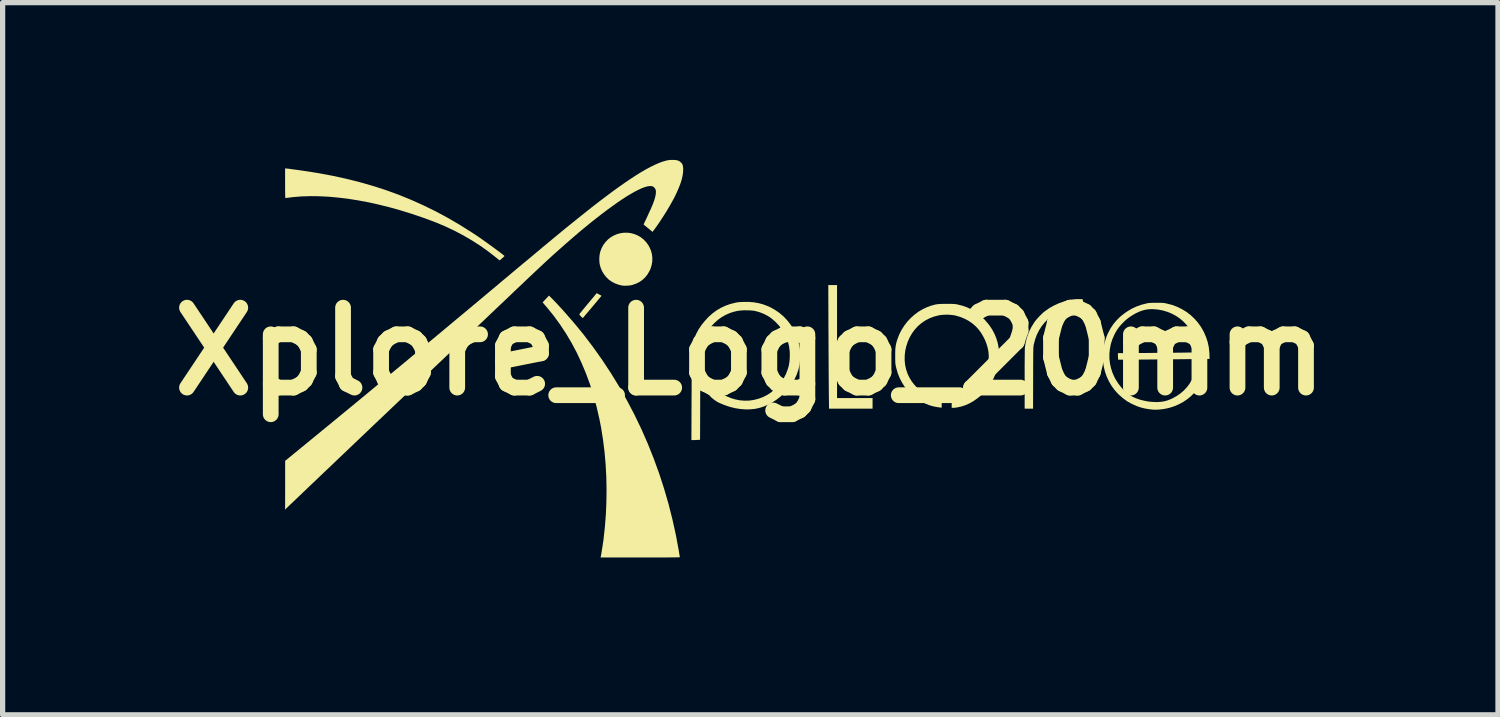
<source format=kicad_pcb>
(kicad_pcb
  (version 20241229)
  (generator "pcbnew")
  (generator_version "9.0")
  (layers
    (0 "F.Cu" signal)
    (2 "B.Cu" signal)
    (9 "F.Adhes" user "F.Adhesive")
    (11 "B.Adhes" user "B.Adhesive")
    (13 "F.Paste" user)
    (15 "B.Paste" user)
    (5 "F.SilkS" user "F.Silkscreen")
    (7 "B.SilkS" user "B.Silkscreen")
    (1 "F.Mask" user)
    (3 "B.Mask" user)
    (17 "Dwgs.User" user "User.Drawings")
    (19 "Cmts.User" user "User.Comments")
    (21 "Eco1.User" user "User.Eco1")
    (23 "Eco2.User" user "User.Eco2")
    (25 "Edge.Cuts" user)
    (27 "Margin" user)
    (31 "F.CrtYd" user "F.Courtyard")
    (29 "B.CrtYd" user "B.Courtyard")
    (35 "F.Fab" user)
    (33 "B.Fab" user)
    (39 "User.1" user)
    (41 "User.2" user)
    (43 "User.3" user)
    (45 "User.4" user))
  (footprint "Xplore_Logo_20mm"
    (layer "F.Cu")
    (at 11.256 3.651)
    (property "Reference" "Xplore_Logo_20mm" (at 0 0 0) (layer "F.SilkS") (effects (font (size 1.524 1.524) (thickness 0.3))))
    (attr board_only exclude_from_pos_files exclude_from_bom)
    (fp_poly (pts (xy 1.654 0.889) (xy 2.331 0.889) (xy 2.331 1.091) (xy 1.501 1.091) (xy 1.497 0.769) (xy 1.497 0.727) (xy 1.496 0.675) (xy 1.496 0.615) (xy 1.495 0.547) (xy 1.495 0.472) (xy 1.494 0.391) (xy 1.494 0.304) (xy 1.493 0.213) (xy 1.493 0.119) (xy 1.492 0.022) (xy 1.492 -0.077) (xy 1.491 -0.178) (xy 1.491 -0.278) (xy 1.491 -0.378) (xy 1.49 -0.41) (xy 1.487 -1.266) (xy 1.654 -1.266)) (stroke (width 0) (type solid)) (fill yes) (layer "F.SilkS"))
    (fp_poly (pts (xy -2.899 -1.095) (xy -2.88 -1.086) (xy -2.863 -1.076) (xy -2.853 -1.071) (xy -2.837 -1.061) (xy -3.013 -0.85) (xy -3.047 -0.809) (xy -3.079 -0.772) (xy -3.108 -0.737) (xy -3.134 -0.707) (xy -3.156 -0.681) (xy -3.173 -0.66) (xy -3.186 -0.645) (xy -3.193 -0.638) (xy -3.194 -0.637) (xy -3.199 -0.64) (xy -3.209 -0.649) (xy -3.223 -0.662) (xy -3.23 -0.669) (xy -3.246 -0.687) (xy -3.256 -0.701) (xy -3.26 -0.709) (xy -3.26 -0.711) (xy -3.256 -0.716) (xy -3.246 -0.728) (xy -3.231 -0.747) (xy -3.211 -0.771) (xy -3.187 -0.801) (xy -3.16 -0.834) (xy -3.13 -0.87) (xy -3.098 -0.909) (xy -3.093 -0.914) (xy -2.929 -1.111)) (stroke (width 0) (type solid)) (fill yes) (layer "F.SilkS"))
    (fp_poly (pts (xy -2.339 -2.264) (xy -2.272 -2.255) (xy -2.208 -2.237) (xy -2.146 -2.211) (xy -2.088 -2.177) (xy -2.035 -2.135) (xy -1.987 -2.085) (xy -1.945 -2.028) (xy -1.926 -1.994) (xy -1.896 -1.928) (xy -1.877 -1.86) (xy -1.868 -1.791) (xy -1.869 -1.721) (xy -1.88 -1.651) (xy -1.9 -1.583) (xy -1.92 -1.538) (xy -1.957 -1.474) (xy -2.001 -1.417) (xy -2.051 -1.369) (xy -2.108 -1.328) (xy -2.172 -1.295) (xy -2.243 -1.27) (xy -2.258 -1.266) (xy -2.287 -1.26) (xy -2.323 -1.256) (xy -2.361 -1.254) (xy -2.397 -1.253) (xy -2.43 -1.255) (xy -2.442 -1.256) (xy -2.514 -1.273) (xy -2.582 -1.298) (xy -2.644 -1.331) (xy -2.701 -1.372) (xy -2.751 -1.421) (xy -2.793 -1.476) (xy -2.829 -1.537) (xy -2.856 -1.603) (xy -2.872 -1.665) (xy -2.877 -1.704) (xy -2.879 -1.75) (xy -2.878 -1.798) (xy -2.873 -1.844) (xy -2.865 -1.885) (xy -2.862 -1.898) (xy -2.836 -1.968) (xy -2.802 -2.031) (xy -2.759 -2.088) (xy -2.71 -2.139) (xy -2.653 -2.182) (xy -2.607 -2.208) (xy -2.541 -2.237) (xy -2.474 -2.255) (xy -2.407 -2.264)) (stroke (width 0) (type solid)) (fill yes) (layer "F.SilkS"))
    (fp_poly (pts (xy 6.297 -0.997) (xy 6.318 -0.997) (xy 6.331 -0.995) (xy 6.334 -0.994) (xy 6.338 -0.992) (xy 6.34 -0.985) (xy 6.341 -0.974) (xy 6.342 -0.955) (xy 6.342 -0.928) (xy 6.342 -0.925) (xy 6.342 -0.858) (xy 6.284 -0.858) (xy 6.186 -0.853) (xy 6.093 -0.839) (xy 6.005 -0.816) (xy 5.92 -0.783) (xy 5.839 -0.741) (xy 5.761 -0.689) (xy 5.687 -0.627) (xy 5.677 -0.618) (xy 5.61 -0.549) (xy 5.552 -0.477) (xy 5.504 -0.4) (xy 5.463 -0.318) (xy 5.431 -0.231) (xy 5.406 -0.136) (xy 5.405 -0.135) (xy 5.404 -0.127) (xy 5.402 -0.119) (xy 5.401 -0.111) (xy 5.4 -0.101) (xy 5.399 -0.09) (xy 5.398 -0.076) (xy 5.397 -0.06) (xy 5.396 -0.039) (xy 5.396 -0.015) (xy 5.395 0.015) (xy 5.395 0.05) (xy 5.394 0.091) (xy 5.394 0.138) (xy 5.394 0.193) (xy 5.393 0.256) (xy 5.393 0.327) (xy 5.393 0.407) (xy 5.393 0.497) (xy 5.393 0.503) (xy 5.391 1.091) (xy 5.231 1.091) (xy 5.231 0.53) (xy 5.231 0.431) (xy 5.231 0.339) (xy 5.231 0.256) (xy 5.232 0.182) (xy 5.232 0.116) (xy 5.233 0.058) (xy 5.233 0.01) (xy 5.234 -0.028) (xy 5.235 -0.057) (xy 5.236 -0.076) (xy 5.236 -0.082) (xy 5.252 -0.18) (xy 5.278 -0.277) (xy 5.313 -0.372) (xy 5.358 -0.463) (xy 5.411 -0.549) (xy 5.432 -0.579) (xy 5.455 -0.607) (xy 5.483 -0.639) (xy 5.515 -0.673) (xy 5.548 -0.706) (xy 5.579 -0.736) (xy 5.608 -0.76) (xy 5.611 -0.762) (xy 5.696 -0.823) (xy 5.788 -0.875) (xy 5.884 -0.919) (xy 5.984 -0.954) (xy 6.087 -0.979) (xy 6.166 -0.992) (xy 6.189 -0.994) (xy 6.215 -0.996) (xy 6.243 -0.997) (xy 6.272 -0.998)) (stroke (width 0) (type solid)) (fill yes) (layer "F.SilkS"))
    (fp_poly (pts (xy -3.806 -1.033) (xy -3.76 -0.987) (xy -3.71 -0.935) (xy -3.655 -0.876) (xy -3.597 -0.813) (xy -3.537 -0.746) (xy -3.476 -0.676) (xy -3.415 -0.606) (xy -3.354 -0.535) (xy -3.296 -0.465) (xy -3.24 -0.397) (xy -3.188 -0.333) (xy -3.176 -0.318) (xy -2.993 -0.077) (xy -2.819 0.169) (xy -2.653 0.421) (xy -2.495 0.679) (xy -2.347 0.942) (xy -2.207 1.21) (xy -2.076 1.482) (xy -1.954 1.76) (xy -1.842 2.041) (xy -1.738 2.327) (xy -1.644 2.616) (xy -1.559 2.909) (xy -1.484 3.206) (xy -1.418 3.505) (xy -1.367 3.779) (xy -1.361 3.815) (xy -1.356 3.849) (xy -1.351 3.877) (xy -1.347 3.9) (xy -1.345 3.915) (xy -1.344 3.922) (xy -1.346 3.923) (xy -1.352 3.924) (xy -1.362 3.924) (xy -1.377 3.925) (xy -1.397 3.926) (xy -1.423 3.926) (xy -1.456 3.927) (xy -1.494 3.927) (xy -1.54 3.927) (xy -1.593 3.928) (xy -1.654 3.928) (xy -1.723 3.928) (xy -1.8 3.928) (xy -1.887 3.928) (xy -1.983 3.928) (xy -2.089 3.928) (xy -2.855 3.928) (xy -2.851 3.912) (xy -2.846 3.887) (xy -2.84 3.854) (xy -2.834 3.815) (xy -2.827 3.772) (xy -2.82 3.727) (xy -2.813 3.683) (xy -2.807 3.641) (xy -2.801 3.604) (xy -2.799 3.587) (xy -2.773 3.349) (xy -2.754 3.109) (xy -2.744 2.867) (xy -2.741 2.625) (xy -2.746 2.385) (xy -2.759 2.146) (xy -2.78 1.91) (xy -2.809 1.678) (xy -2.845 1.452) (xy -2.877 1.29) (xy -2.929 1.062) (xy -2.989 0.841) (xy -3.057 0.626) (xy -3.134 0.418) (xy -3.218 0.217) (xy -3.309 0.023) (xy -3.409 -0.165) (xy -3.517 -0.347) (xy -3.633 -0.522) (xy -3.756 -0.69) (xy -3.888 -0.852) (xy -3.899 -0.864) (xy -3.96 -0.936) (xy -3.899 -1) (xy -3.839 -1.065)) (stroke (width 0) (type solid)) (fill yes) (layer "F.SilkS"))
    (fp_poly (pts (xy -8.846 -3.488) (xy -8.825 -3.486) (xy -8.796 -3.483) (xy -8.76 -3.478) (xy -8.719 -3.472) (xy -8.673 -3.466) (xy -8.623 -3.459) (xy -8.571 -3.452) (xy -8.517 -3.444) (xy -8.464 -3.436) (xy -8.411 -3.428) (xy -8.36 -3.42) (xy -8.313 -3.412) (xy -8.269 -3.405) (xy -8.257 -3.403) (xy -7.983 -3.353) (xy -7.716 -3.295) (xy -7.455 -3.23) (xy -7.2 -3.157) (xy -6.95 -3.077) (xy -6.705 -2.988) (xy -6.465 -2.89) (xy -6.229 -2.784) (xy -5.996 -2.67) (xy -5.766 -2.546) (xy -5.538 -2.413) (xy -5.313 -2.271) (xy -5.236 -2.221) (xy -5.197 -2.195) (xy -5.154 -2.165) (xy -5.108 -2.133) (xy -5.059 -2.098) (xy -5.01 -2.063) (xy -4.96 -2.027) (xy -4.911 -1.991) (xy -4.864 -1.957) (xy -4.821 -1.925) (xy -4.781 -1.895) (xy -4.747 -1.869) (xy -4.72 -1.848) (xy -4.701 -1.833) (xy -4.686 -1.819) (xy -4.73 -1.778) (xy -4.747 -1.762) (xy -4.763 -1.749) (xy -4.774 -1.74) (xy -4.779 -1.737) (xy -4.784 -1.74) (xy -4.796 -1.749) (xy -4.813 -1.762) (xy -4.833 -1.778) (xy -4.843 -1.787) (xy -4.99 -1.902) (xy -5.144 -2.012) (xy -5.306 -2.116) (xy -5.474 -2.214) (xy -5.647 -2.305) (xy -5.824 -2.388) (xy -6.003 -2.463) (xy -6.032 -2.474) (xy -6.243 -2.552) (xy -6.453 -2.623) (xy -6.662 -2.688) (xy -6.868 -2.746) (xy -7.072 -2.797) (xy -7.272 -2.842) (xy -7.469 -2.879) (xy -7.663 -2.91) (xy -7.852 -2.933) (xy -8.036 -2.95) (xy -8.215 -2.959) (xy -8.389 -2.961) (xy -8.556 -2.956) (xy -8.717 -2.943) (xy -8.798 -2.933) (xy -8.822 -2.93) (xy -8.842 -2.928) (xy -8.857 -2.926) (xy -8.863 -2.926) (xy -8.865 -2.927) (xy -8.866 -2.933) (xy -8.867 -2.943) (xy -8.868 -2.958) (xy -8.868 -2.979) (xy -8.869 -3.007) (xy -8.869 -3.042) (xy -8.87 -3.085) (xy -8.87 -3.137) (xy -8.87 -3.199) (xy -8.87 -3.489) (xy -8.857 -3.489)) (stroke (width 0) (type solid)) (fill yes) (layer "F.SilkS"))
    (fp_poly (pts (xy 3.787 -0.907) (xy 3.824 -0.907) (xy 3.853 -0.906) (xy 3.876 -0.905) (xy 3.896 -0.904) (xy 3.913 -0.902) (xy 3.93 -0.9) (xy 3.947 -0.897) (xy 3.953 -0.895) (xy 4.048 -0.871) (xy 4.137 -0.839) (xy 4.223 -0.797) (xy 4.305 -0.746) (xy 4.383 -0.685) (xy 4.459 -0.615) (xy 4.483 -0.589) (xy 4.549 -0.511) (xy 4.605 -0.43) (xy 4.652 -0.344) (xy 4.689 -0.256) (xy 4.717 -0.165) (xy 4.735 -0.071) (xy 4.743 0.024) (xy 4.742 0.12) (xy 4.731 0.218) (xy 4.71 0.316) (xy 4.68 0.414) (xy 4.639 0.511) (xy 4.626 0.539) (xy 4.584 0.615) (xy 4.537 0.686) (xy 4.485 0.751) (xy 4.431 0.809) (xy 4.415 0.824) (xy 4.337 0.889) (xy 4.258 0.945) (xy 4.179 0.99) (xy 4.098 1.026) (xy 4.016 1.052) (xy 3.955 1.065) (xy 3.928 1.069) (xy 3.902 1.073) (xy 3.88 1.075) (xy 3.868 1.075) (xy 3.84 1.075) (xy 3.84 0.928) (xy 3.897 0.916) (xy 3.957 0.902) (xy 4.01 0.887) (xy 4.059 0.868) (xy 4.105 0.844) (xy 4.151 0.816) (xy 4.199 0.781) (xy 4.246 0.743) (xy 4.287 0.707) (xy 4.322 0.673) (xy 4.351 0.639) (xy 4.378 0.603) (xy 4.388 0.588) (xy 4.432 0.514) (xy 4.47 0.433) (xy 4.501 0.348) (xy 4.526 0.261) (xy 4.541 0.175) (xy 4.543 0.158) (xy 4.547 0.086) (xy 4.541 0.011) (xy 4.527 -0.066) (xy 4.504 -0.144) (xy 4.474 -0.22) (xy 4.436 -0.295) (xy 4.392 -0.367) (xy 4.348 -0.425) (xy 4.295 -0.482) (xy 4.235 -0.534) (xy 4.167 -0.581) (xy 4.093 -0.621) (xy 4.014 -0.654) (xy 3.932 -0.679) (xy 3.891 -0.689) (xy 3.845 -0.695) (xy 3.793 -0.7) (xy 3.739 -0.701) (xy 3.685 -0.699) (xy 3.634 -0.695) (xy 3.592 -0.688) (xy 3.501 -0.664) (xy 3.415 -0.631) (xy 3.336 -0.59) (xy 3.263 -0.54) (xy 3.196 -0.483) (xy 3.137 -0.418) (xy 3.084 -0.346) (xy 3.038 -0.266) (xy 3.003 -0.188) (xy 2.974 -0.1) (xy 2.954 -0.011) (xy 2.944 0.077) (xy 2.943 0.165) (xy 2.951 0.252) (xy 2.969 0.336) (xy 2.996 0.418) (xy 3.032 0.496) (xy 3.077 0.57) (xy 3.131 0.639) (xy 3.155 0.665) (xy 3.212 0.72) (xy 3.271 0.767) (xy 3.335 0.808) (xy 3.404 0.844) (xy 3.479 0.874) (xy 3.562 0.9) (xy 3.601 0.91) (xy 3.649 0.921) (xy 3.649 1.071) (xy 3.609 1.068) (xy 3.575 1.063) (xy 3.534 1.056) (xy 3.491 1.047) (xy 3.449 1.036) (xy 3.412 1.024) (xy 3.407 1.023) (xy 3.316 0.985) (xy 3.23 0.94) (xy 3.15 0.886) (xy 3.076 0.824) (xy 3.009 0.755) (xy 2.948 0.68) (xy 2.895 0.598) (xy 2.85 0.511) (xy 2.812 0.418) (xy 2.784 0.321) (xy 2.777 0.292) (xy 2.773 0.271) (xy 2.77 0.254) (xy 2.767 0.237) (xy 2.766 0.219) (xy 2.764 0.199) (xy 2.764 0.175) (xy 2.763 0.144) (xy 2.763 0.106) (xy 2.763 0.083) (xy 2.763 0.029) (xy 2.764 -0.016) (xy 2.766 -0.055) (xy 2.77 -0.09) (xy 2.775 -0.123) (xy 2.782 -0.155) (xy 2.791 -0.189) (xy 2.803 -0.227) (xy 2.807 -0.24) (xy 2.841 -0.327) (xy 2.884 -0.411) (xy 2.935 -0.492) (xy 2.993 -0.567) (xy 3.059 -0.637) (xy 3.129 -0.7) (xy 3.205 -0.757) (xy 3.286 -0.805) (xy 3.369 -0.844) (xy 3.433 -0.868) (xy 3.467 -0.878) (xy 3.498 -0.887) (xy 3.526 -0.894) (xy 3.553 -0.899) (xy 3.582 -0.902) (xy 3.613 -0.905) (xy 3.65 -0.906) (xy 3.694 -0.907) (xy 3.742 -0.907)) (stroke (width 0) (type solid)) (fill yes) (layer "F.SilkS"))
    (fp_poly (pts (xy 7.746 -0.928) (xy 7.787 -0.928) (xy 7.819 -0.927) (xy 7.845 -0.927) (xy 7.866 -0.925) (xy 7.885 -0.924) (xy 7.902 -0.921) (xy 7.921 -0.918) (xy 7.941 -0.913) (xy 8.043 -0.887) (xy 8.139 -0.851) (xy 8.231 -0.806) (xy 8.316 -0.754) (xy 8.396 -0.693) (xy 8.469 -0.624) (xy 8.536 -0.548) (xy 8.595 -0.464) (xy 8.647 -0.373) (xy 8.653 -0.36) (xy 8.691 -0.271) (xy 8.721 -0.178) (xy 8.742 -0.08) (xy 8.753 0.021) (xy 8.756 0.099) (xy 8.756 0.143) (xy 8.31 0.147) (xy 8.229 0.148) (xy 8.14 0.149) (xy 8.046 0.149) (xy 7.949 0.15) (xy 7.85 0.151) (xy 7.753 0.152) (xy 7.658 0.153) (xy 7.568 0.154) (xy 7.485 0.154) (xy 7.441 0.155) (xy 7.375 0.155) (xy 7.313 0.156) (xy 7.255 0.156) (xy 7.201 0.157) (xy 7.152 0.157) (xy 7.11 0.157) (xy 7.074 0.157) (xy 7.046 0.157) (xy 7.026 0.157) (xy 7.016 0.157) (xy 7.014 0.157) (xy 7.013 0.151) (xy 7.012 0.137) (xy 7.011 0.117) (xy 7.01 0.094) (xy 7.008 0.033) (xy 7.498 0.029) (xy 7.576 0.029) (xy 7.657 0.028) (xy 7.739 0.027) (xy 7.82 0.027) (xy 7.9 0.026) (xy 7.977 0.025) (xy 8.051 0.025) (xy 8.118 0.024) (xy 8.179 0.023) (xy 8.231 0.023) (xy 8.259 0.022) (xy 8.529 0.019) (xy 8.529 -0.008) (xy 8.527 -0.034) (xy 8.523 -0.066) (xy 8.517 -0.102) (xy 8.509 -0.14) (xy 8.5 -0.175) (xy 8.493 -0.202) (xy 8.464 -0.274) (xy 8.427 -0.348) (xy 8.382 -0.421) (xy 8.331 -0.491) (xy 8.316 -0.509) (xy 8.256 -0.572) (xy 8.189 -0.629) (xy 8.115 -0.679) (xy 8.036 -0.721) (xy 7.953 -0.755) (xy 7.867 -0.781) (xy 7.778 -0.798) (xy 7.688 -0.806) (xy 7.66 -0.807) (xy 7.592 -0.804) (xy 7.528 -0.794) (xy 7.465 -0.777) (xy 7.402 -0.753) (xy 7.336 -0.72) (xy 7.32 -0.711) (xy 7.264 -0.677) (xy 7.214 -0.643) (xy 7.167 -0.606) (xy 7.124 -0.566) (xy 7.073 -0.514) (xy 7.029 -0.462) (xy 6.99 -0.407) (xy 6.955 -0.346) (xy 6.94 -0.317) (xy 6.902 -0.23) (xy 6.874 -0.141) (xy 6.856 -0.049) (xy 6.847 0.044) (xy 6.847 0.137) (xy 6.858 0.229) (xy 6.878 0.321) (xy 6.907 0.41) (xy 6.946 0.496) (xy 6.97 0.54) (xy 7.021 0.619) (xy 7.077 0.69) (xy 7.136 0.752) (xy 7.199 0.806) (xy 7.266 0.851) (xy 7.301 0.87) (xy 7.364 0.897) (xy 7.434 0.921) (xy 7.508 0.939) (xy 7.586 0.954) (xy 7.663 0.962) (xy 7.738 0.965) (xy 7.766 0.965) (xy 7.832 0.96) (xy 7.891 0.951) (xy 7.947 0.936) (xy 8.003 0.915) (xy 8.047 0.896) (xy 8.126 0.852) (xy 8.199 0.802) (xy 8.265 0.746) (xy 8.324 0.683) (xy 8.374 0.617) (xy 8.416 0.546) (xy 8.425 0.526) (xy 8.448 0.477) (xy 8.552 0.474) (xy 8.583 0.473) (xy 8.611 0.473) (xy 8.634 0.472) (xy 8.649 0.472) (xy 8.657 0.473) (xy 8.657 0.473) (xy 8.656 0.478) (xy 8.65 0.491) (xy 8.642 0.51) (xy 8.631 0.533) (xy 8.618 0.558) (xy 8.604 0.584) (xy 8.591 0.609) (xy 8.578 0.632) (xy 8.576 0.635) (xy 8.522 0.717) (xy 8.464 0.79) (xy 8.399 0.856) (xy 8.327 0.914) (xy 8.248 0.967) (xy 8.164 1.011) (xy 8.094 1.041) (xy 8.018 1.067) (xy 7.94 1.087) (xy 7.861 1.101) (xy 7.783 1.109) (xy 7.709 1.111) (xy 7.665 1.108) (xy 7.587 1.099) (xy 7.517 1.086) (xy 7.451 1.07) (xy 7.387 1.049) (xy 7.366 1.041) (xy 7.273 0.999) (xy 7.185 0.95) (xy 7.104 0.891) (xy 7.028 0.824) (xy 7.017 0.814) (xy 6.949 0.739) (xy 6.89 0.659) (xy 6.84 0.574) (xy 6.798 0.485) (xy 6.765 0.393) (xy 6.741 0.298) (xy 6.727 0.202) (xy 6.722 0.103) (xy 6.726 0.005) (xy 6.739 -0.094) (xy 6.762 -0.193) (xy 6.795 -0.29) (xy 6.822 -0.352) (xy 6.867 -0.438) (xy 6.922 -0.52) (xy 6.985 -0.595) (xy 7.057 -0.666) (xy 7.138 -0.73) (xy 7.174 -0.755) (xy 7.264 -0.81) (xy 7.358 -0.855) (xy 7.456 -0.89) (xy 7.557 -0.916) (xy 7.577 -0.92) (xy 7.595 -0.923) (xy 7.614 -0.925) (xy 7.634 -0.926) (xy 7.659 -0.927) (xy 7.689 -0.928) (xy 7.728 -0.928)) (stroke (width 0) (type solid)) (fill yes) (layer "F.SilkS"))
    (fp_poly (pts (xy -0.027 -0.944) (xy 0.065 -0.937) (xy 0.153 -0.922) (xy 0.237 -0.9) (xy 0.319 -0.87) (xy 0.38 -0.843) (xy 0.47 -0.793) (xy 0.553 -0.736) (xy 0.63 -0.671) (xy 0.699 -0.599) (xy 0.761 -0.522) (xy 0.815 -0.438) (xy 0.861 -0.349) (xy 0.897 -0.255) (xy 0.925 -0.157) (xy 0.944 -0.055) (xy 0.944 -0.055) (xy 0.947 -0.018) (xy 0.949 0.025) (xy 0.95 0.072) (xy 0.949 0.121) (xy 0.947 0.168) (xy 0.944 0.211) (xy 0.939 0.246) (xy 0.939 0.251) (xy 0.916 0.351) (xy 0.883 0.446) (xy 0.841 0.537) (xy 0.79 0.624) (xy 0.73 0.706) (xy 0.661 0.783) (xy 0.587 0.851) (xy 0.505 0.916) (xy 0.422 0.971) (xy 0.337 1.016) (xy 0.249 1.053) (xy 0.169 1.078) (xy 0.087 1.095) (xy -0.001 1.104) (xy -0.092 1.105) (xy -0.186 1.098) (xy -0.282 1.083) (xy -0.379 1.06) (xy -0.386 1.057) (xy -0.43 1.044) (xy -0.475 1.028) (xy -0.52 1.011) (xy -0.563 0.993) (xy -0.601 0.976) (xy -0.632 0.96) (xy -0.638 0.956) (xy -0.667 0.937) (xy -0.697 0.915) (xy -0.727 0.891) (xy -0.752 0.868) (xy -0.772 0.847) (xy -0.774 0.844) (xy -0.791 0.823) (xy -0.791 0.706) (xy -0.791 0.673) (xy -0.79 0.643) (xy -0.79 0.618) (xy -0.789 0.601) (xy -0.788 0.591) (xy -0.787 0.59) (xy -0.782 0.594) (xy -0.773 0.604) (xy -0.763 0.618) (xy -0.763 0.618) (xy -0.744 0.641) (xy -0.719 0.668) (xy -0.69 0.697) (xy -0.658 0.726) (xy -0.627 0.752) (xy -0.598 0.774) (xy -0.588 0.78) (xy -0.518 0.823) (xy -0.441 0.86) (xy -0.361 0.892) (xy -0.284 0.915) (xy -0.196 0.932) (xy -0.108 0.939) (xy -0.019 0.937) (xy 0.069 0.924) (xy 0.156 0.902) (xy 0.239 0.871) (xy 0.319 0.831) (xy 0.38 0.792) (xy 0.405 0.773) (xy 0.434 0.747) (xy 0.466 0.717) (xy 0.499 0.685) (xy 0.531 0.651) (xy 0.56 0.619) (xy 0.585 0.589) (xy 0.601 0.569) (xy 0.643 0.501) (xy 0.681 0.427) (xy 0.711 0.349) (xy 0.734 0.271) (xy 0.736 0.258) (xy 0.744 0.211) (xy 0.75 0.157) (xy 0.753 0.1) (xy 0.753 0.044) (xy 0.751 -0.006) (xy 0.739 -0.099) (xy 0.718 -0.185) (xy 0.69 -0.267) (xy 0.652 -0.345) (xy 0.606 -0.419) (xy 0.549 -0.49) (xy 0.483 -0.56) (xy 0.478 -0.565) (xy 0.438 -0.601) (xy 0.401 -0.632) (xy 0.364 -0.658) (xy 0.324 -0.682) (xy 0.281 -0.705) (xy 0.227 -0.729) (xy 0.173 -0.749) (xy 0.114 -0.766) (xy 0.103 -0.768) (xy 0.08 -0.774) (xy 0.058 -0.777) (xy 0.034 -0.78) (xy 0.006 -0.782) (xy -0.029 -0.784) (xy -0.049 -0.784) (xy -0.118 -0.785) (xy -0.18 -0.781) (xy -0.238 -0.774) (xy -0.294 -0.762) (xy -0.352 -0.745) (xy -0.388 -0.733) (xy -0.466 -0.699) (xy -0.541 -0.657) (xy -0.613 -0.606) (xy -0.679 -0.548) (xy -0.738 -0.485) (xy -0.79 -0.416) (xy -0.806 -0.391) (xy -0.853 -0.305) (xy -0.893 -0.215) (xy -0.924 -0.122) (xy -0.942 -0.052) (xy -0.943 -0.045) (xy -0.944 -0.038) (xy -0.945 -0.031) (xy -0.946 -0.022) (xy -0.947 -0.011) (xy -0.948 0.002) (xy -0.949 0.017) (xy -0.949 0.036) (xy -0.95 0.059) (xy -0.951 0.085) (xy -0.951 0.117) (xy -0.951 0.153) (xy -0.952 0.196) (xy -0.952 0.244) (xy -0.953 0.299) (xy -0.953 0.362) (xy -0.953 0.432) (xy -0.954 0.51) (xy -0.954 0.597) (xy -0.954 0.693) (xy -0.955 0.799) (xy -0.955 0.841) (xy -0.958 1.684) (xy -1.007 1.687) (xy -1.034 1.688) (xy -1.061 1.69) (xy -1.084 1.69) (xy -1.09 1.69) (xy -1.123 1.69) (xy -1.12 0.836) (xy -1.119 0.722) (xy -1.119 0.618) (xy -1.118 0.523) (xy -1.118 0.437) (xy -1.117 0.36) (xy -1.117 0.29) (xy -1.116 0.229) (xy -1.116 0.174) (xy -1.115 0.126) (xy -1.115 0.085) (xy -1.114 0.049) (xy -1.113 0.018) (xy -1.113 -0.007) (xy -1.112 -0.029) (xy -1.111 -0.046) (xy -1.11 -0.06) (xy -1.109 -0.07) (xy -1.109 -0.075) (xy -1.092 -0.166) (xy -1.065 -0.255) (xy -1.029 -0.341) (xy -0.983 -0.426) (xy -0.927 -0.508) (xy -0.872 -0.576) (xy -0.801 -0.654) (xy -0.726 -0.721) (xy -0.648 -0.78) (xy -0.566 -0.829) (xy -0.479 -0.87) (xy -0.387 -0.903) (xy -0.289 -0.928) (xy -0.288 -0.928) (xy -0.259 -0.934) (xy -0.231 -0.938) (xy -0.201 -0.941) (xy -0.165 -0.943) (xy -0.126 -0.944)) (stroke (width 0) (type solid)) (fill yes) (layer "F.SilkS"))
    (fp_poly (pts (xy -1.447 -3.651) (xy -1.414 -3.648) (xy -1.387 -3.642) (xy -1.363 -3.633) (xy -1.342 -3.62) (xy -1.338 -3.617) (xy -1.317 -3.598) (xy -1.301 -3.579) (xy -1.29 -3.556) (xy -1.284 -3.528) (xy -1.28 -3.493) (xy -1.28 -3.461) (xy -1.283 -3.404) (xy -1.293 -3.342) (xy -1.309 -3.275) (xy -1.332 -3.202) (xy -1.362 -3.123) (xy -1.399 -3.038) (xy -1.419 -2.995) (xy -1.45 -2.932) (xy -1.488 -2.862) (xy -1.53 -2.787) (xy -1.576 -2.709) (xy -1.624 -2.63) (xy -1.675 -2.551) (xy -1.726 -2.473) (xy -1.777 -2.399) (xy -1.827 -2.329) (xy -1.848 -2.302) (xy -1.864 -2.28) (xy -1.903 -2.312) (xy -1.924 -2.33) (xy -1.949 -2.35) (xy -1.975 -2.371) (xy -1.988 -2.382) (xy -2.035 -2.421) (xy -2.012 -2.47) (xy -1.98 -2.537) (xy -1.952 -2.599) (xy -1.926 -2.656) (xy -1.903 -2.705) (xy -1.884 -2.748) (xy -1.869 -2.783) (xy -1.859 -2.807) (xy -1.835 -2.872) (xy -1.817 -2.93) (xy -1.805 -2.982) (xy -1.8 -3.025) (xy -1.8 -3.062) (xy -1.804 -3.079) (xy -1.814 -3.103) (xy -1.83 -3.124) (xy -1.849 -3.141) (xy -1.859 -3.146) (xy -1.889 -3.153) (xy -1.925 -3.153) (xy -1.969 -3.146) (xy -2.018 -3.131) (xy -2.074 -3.11) (xy -2.136 -3.081) (xy -2.203 -3.047) (xy -2.276 -3.005) (xy -2.355 -2.958) (xy -2.439 -2.904) (xy -2.527 -2.844) (xy -2.62 -2.778) (xy -2.718 -2.707) (xy -2.82 -2.63) (xy -2.926 -2.548) (xy -3.036 -2.461) (xy -3.15 -2.368) (xy -3.267 -2.271) (xy -3.387 -2.168) (xy -3.51 -2.061) (xy -3.636 -1.95) (xy -3.765 -1.835) (xy -3.896 -1.715) (xy -4.029 -1.591) (xy -4.1 -1.524) (xy -4.133 -1.493) (xy -4.173 -1.455) (xy -4.219 -1.412) (xy -4.271 -1.363) (xy -4.328 -1.308) (xy -4.391 -1.248) (xy -4.459 -1.184) (xy -4.532 -1.115) (xy -4.609 -1.041) (xy -4.691 -0.963) (xy -4.777 -0.882) (xy -4.867 -0.796) (xy -4.96 -0.708) (xy -5.057 -0.615) (xy -5.157 -0.52) (xy -5.26 -0.423) (xy -5.365 -0.322) (xy -5.473 -0.22) (xy -5.583 -0.115) (xy -5.695 -0.009) (xy -5.808 0.099) (xy -5.923 0.208) (xy -6.039 0.318) (xy -6.155 0.429) (xy -6.273 0.54) (xy -6.39 0.652) (xy -6.508 0.764) (xy -6.625 0.876) (xy -6.742 0.987) (xy -6.859 1.098) (xy -6.974 1.208) (xy -7.089 1.317) (xy -7.202 1.424) (xy -7.313 1.53) (xy -7.422 1.634) (xy -7.529 1.736) (xy -7.634 1.836) (xy -7.736 1.933) (xy -7.835 2.027) (xy -7.931 2.119) (xy -8.023 2.207) (xy -8.112 2.291) (xy -8.197 2.372) (xy -8.277 2.449) (xy -8.353 2.521) (xy -8.425 2.589) (xy -8.491 2.653) (xy -8.552 2.711) (xy -8.608 2.764) (xy -8.658 2.812) (xy -8.702 2.854) (xy -8.74 2.89) (xy -8.772 2.92) (xy -8.796 2.944) (xy -8.814 2.961) (xy -8.824 2.971) (xy -8.825 2.971) (xy -8.87 3.016) (xy -8.869 2.551) (xy -8.869 2.086) (xy -8.569 1.84) (xy -8.344 1.656) (xy -8.111 1.465) (xy -7.87 1.267) (xy -7.622 1.063) (xy -7.366 0.852) (xy -7.102 0.633) (xy -6.831 0.408) (xy -6.552 0.177) (xy -6.265 -0.062) (xy -5.97 -0.307) (xy -5.668 -0.559) (xy -5.357 -0.818) (xy -5.039 -1.084) (xy -4.97 -1.142) (xy -4.844 -1.247) (xy -4.727 -1.346) (xy -4.616 -1.438) (xy -4.513 -1.525) (xy -4.416 -1.606) (xy -4.325 -1.682) (xy -4.24 -1.752) (xy -4.161 -1.818) (xy -4.087 -1.88) (xy -4.019 -1.937) (xy -3.955 -1.991) (xy -3.895 -2.04) (xy -3.839 -2.087) (xy -3.787 -2.13) (xy -3.739 -2.17) (xy -3.693 -2.208) (xy -3.65 -2.243) (xy -3.61 -2.276) (xy -3.571 -2.308) (xy -3.535 -2.338) (xy -3.5 -2.366) (xy -3.465 -2.394) (xy -3.432 -2.421) (xy -3.399 -2.448) (xy -3.366 -2.474) (xy -3.333 -2.501) (xy -3.3 -2.528) (xy -3.265 -2.555) (xy -3.23 -2.584) (xy -3.225 -2.587) (xy -3.167 -2.634) (xy -3.115 -2.675) (xy -3.069 -2.711) (xy -3.028 -2.744) (xy -2.991 -2.773) (xy -2.956 -2.8) (xy -2.922 -2.826) (xy -2.889 -2.852) (xy -2.855 -2.878) (xy -2.819 -2.905) (xy -2.78 -2.935) (xy -2.747 -2.959) (xy -2.619 -3.055) (xy -2.497 -3.143) (xy -2.383 -3.223) (xy -2.274 -3.296) (xy -2.172 -3.363) (xy -2.076 -3.422) (xy -1.986 -3.474) (xy -1.902 -3.519) (xy -1.823 -3.558) (xy -1.75 -3.59) (xy -1.682 -3.616) (xy -1.62 -3.634) (xy -1.592 -3.642) (xy -1.569 -3.646) (xy -1.547 -3.649) (xy -1.523 -3.651) (xy -1.493 -3.651) (xy -1.489 -3.651)) (stroke (width 0) (type solid)) (fill yes) (layer "F.SilkS")))
  (gr_rect
    (start -3 -3)
    (end 25.512 10.58)
    (stroke (width 0.1) (type default))
    (fill no)
    (layer "Edge.Cuts")))
</source>
